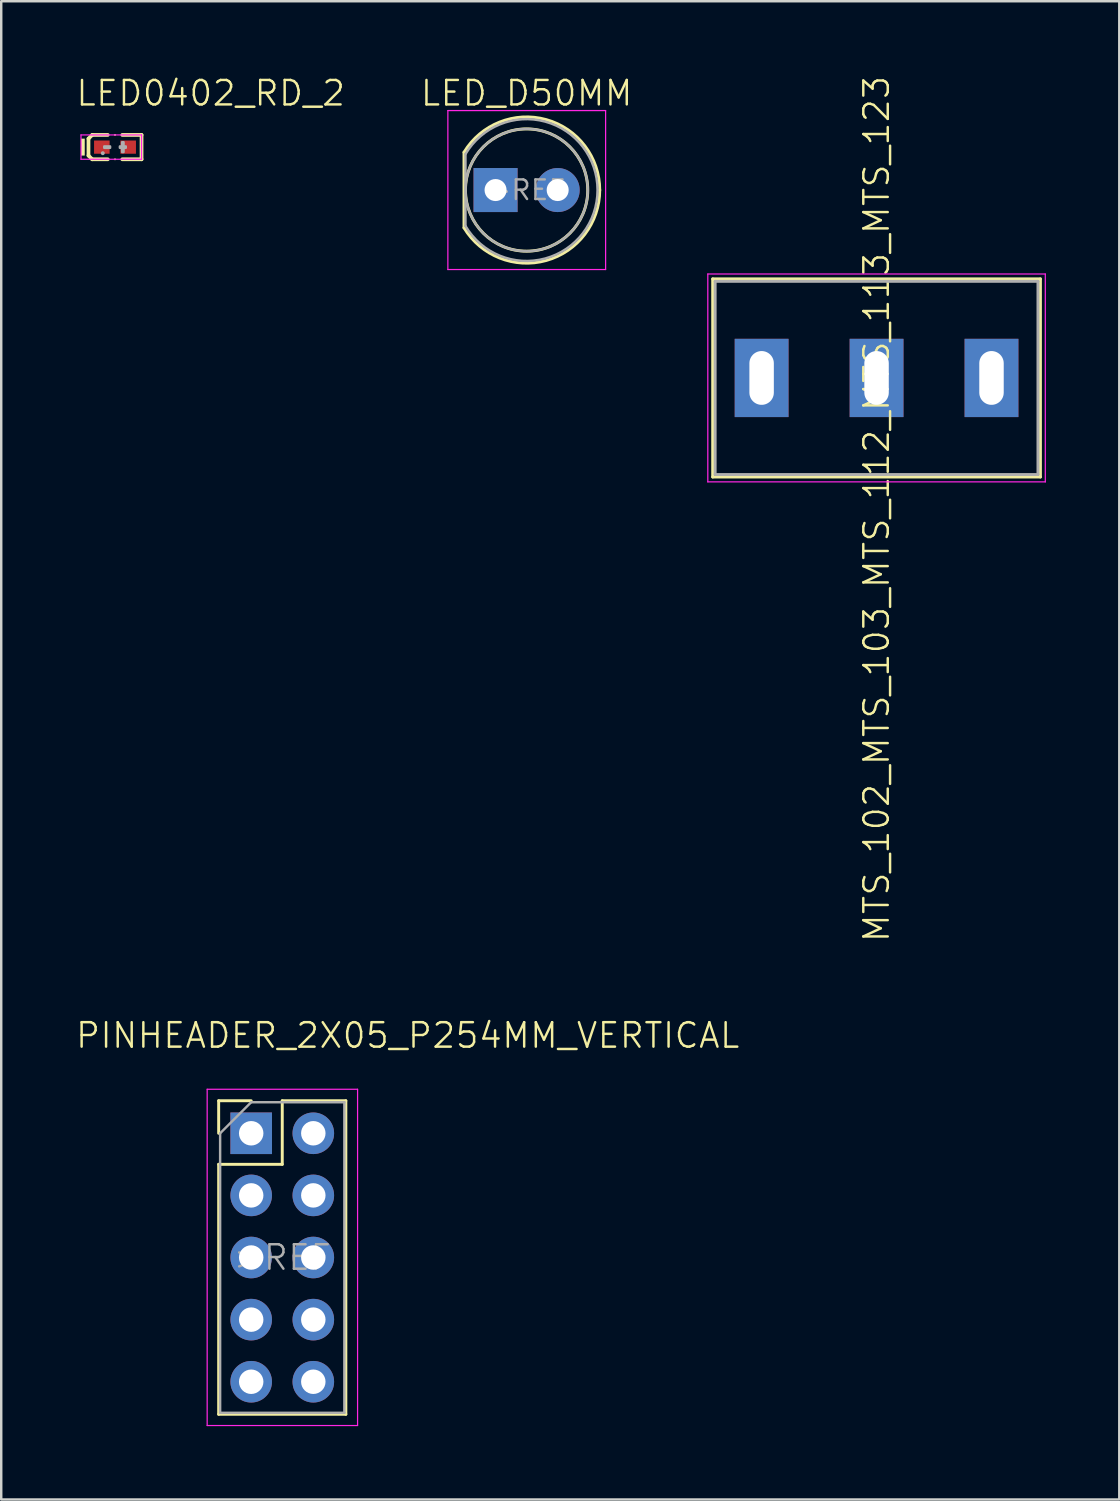
<source format=kicad_pcb>
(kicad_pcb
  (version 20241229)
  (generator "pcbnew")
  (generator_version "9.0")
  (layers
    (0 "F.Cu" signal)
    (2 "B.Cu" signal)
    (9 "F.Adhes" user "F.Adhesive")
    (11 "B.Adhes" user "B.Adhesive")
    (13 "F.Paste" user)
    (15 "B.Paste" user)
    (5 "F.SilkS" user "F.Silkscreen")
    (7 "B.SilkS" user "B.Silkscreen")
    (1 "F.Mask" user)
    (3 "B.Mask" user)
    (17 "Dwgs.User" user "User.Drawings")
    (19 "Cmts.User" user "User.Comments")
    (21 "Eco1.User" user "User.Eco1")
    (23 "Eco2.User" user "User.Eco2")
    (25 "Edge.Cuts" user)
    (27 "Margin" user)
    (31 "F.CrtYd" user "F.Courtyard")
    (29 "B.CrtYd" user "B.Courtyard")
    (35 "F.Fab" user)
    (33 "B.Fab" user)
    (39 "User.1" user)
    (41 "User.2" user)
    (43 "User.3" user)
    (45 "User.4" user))
  (footprint "MTS_102_MTS_103_MTS_112_MTS_113_MTS_123"
    (layer "F.Cu")
    (at 32.792 12.404)
    (property "Reference" "MTS_102_MTS_103_MTS_112_MTS_113_MTS_123" (at 0 5.36 90) (layer "F.SilkS") (effects (font (size 1 1) (thickness 0.1))))
    (fp_line (start -6.7 -4.05) (end 6.7 -4.05) (stroke (width 0.12) (type solid)) (layer "F.SilkS"))
    (fp_line (start -6.7 4.05) (end -6.7 -4.05) (stroke (width 0.12) (type solid)) (layer "F.SilkS"))
    (fp_line (start 6.7 -4.05) (end 6.7 4.05) (stroke (width 0.12) (type solid)) (layer "F.SilkS"))
    (fp_line (start 6.7 4.05) (end -6.7 4.05) (stroke (width 0.12) (type solid)) (layer "F.SilkS"))
    (fp_line (start -6.9 -4.25) (end 6.9 -4.25) (stroke (width 0.05) (type solid)) (layer "F.CrtYd"))
    (fp_line (start -6.9 4.25) (end -6.9 -4.25) (stroke (width 0.05) (type solid)) (layer "F.CrtYd"))
    (fp_line (start 6.9 -4.25) (end 6.9 4.25) (stroke (width 0.05) (type solid)) (layer "F.CrtYd"))
    (fp_line (start 6.9 4.25) (end -6.9 4.25) (stroke (width 0.05) (type solid)) (layer "F.CrtYd"))
    (fp_line (start -6.6 -3.95) (end 6.6 -3.95) (stroke (width 0.12) (type solid)) (layer "F.Fab"))
    (fp_line (start -6.6 3.95) (end -6.6 -3.95) (stroke (width 0.12) (type solid)) (layer "F.Fab"))
    (fp_line (start 6.6 -3.95) (end 6.6 3.95) (stroke (width 0.12) (type solid)) (layer "F.Fab"))
    (fp_line (start 6.6 3.95) (end -6.6 3.95) (stroke (width 0.12) (type solid)) (layer "F.Fab"))
    (pad "1" thru_hole rect (at -4.7 0) (size 2.2 3.2) (drill oval 1 2.2) (layers "*.Cu" "*.Mask"))
    (pad "2" thru_hole rect (at 0 0) (size 2.2 3.2) (drill oval 1 2.2) (layers "*.Cu" "*.Mask"))
    (pad "3" thru_hole rect (at 4.7 0) (size 2.2 3.2) (drill oval 1 2.2) (layers "*.Cu" "*.Mask")))
  (footprint "LED0402_RD_2"
    (layer "F.Cu")
    (at 1.5 2.965)
    (property "Reference" "LED0402_RD_2" (at -1.5 -2.204 0) (layer "F.SilkS") (effects (font (size 1 1) (thickness 0.1)) (justify left)))
    (fp_line (start -0.932 -0.346) (end -0.78 -0.498) (stroke (width 0.152) (type solid)) (layer "F.SilkS"))
    (fp_line (start -0.932 0.346) (end -0.932 -0.346) (stroke (width 0.152) (type solid)) (layer "F.SilkS"))
    (fp_line (start -0.78 -0.498) (end -0.143 -0.498) (stroke (width 0.152) (type solid)) (layer "F.SilkS"))
    (fp_line (start -0.78 0.498) (end -0.932 0.346) (stroke (width 0.152) (type solid)) (layer "F.SilkS"))
    (fp_line (start -0.143 0.498) (end -0.78 0.498) (stroke (width 0.152) (type solid)) (layer "F.SilkS"))
    (fp_line (start 0.449 0.498) (end 1.238 0.498) (stroke (width 0.152) (type solid)) (layer "F.SilkS"))
    (fp_line (start 1.238 -0.498) (end 0.449 -0.498) (stroke (width 0.152) (type solid)) (layer "F.SilkS"))
    (fp_line (start 1.238 0.498) (end 1.238 -0.498) (stroke (width 0.152) (type solid)) (layer "F.SilkS"))
    (fp_poly (pts (xy -1.085 0.346) (xy -1.085 -0.346) (xy -1.238 -0.346) (xy -1.238 0.346)) (stroke (width 0) (type solid)) (fill yes) (layer "F.SilkS"))
    (fp_poly (pts (xy 0.191 -0.498) (xy 0.19 -0.506) (xy 0.188 -0.513) (xy 0.184 -0.52) (xy 0.179 -0.525) (xy 0.174 -0.53) (xy 0.167 -0.534) (xy 0.16 -0.536) (xy 0.152 -0.536) (xy 0.145 -0.536) (xy 0.138 -0.534) (xy 0.131 -0.53) (xy 0.126 -0.525) (xy 0.121 -0.52) (xy 0.117 -0.513) (xy 0.115 -0.506) (xy 0.115 -0.498) (xy 0.115 -0.491) (xy 0.117 -0.484) (xy 0.121 -0.477) (xy 0.126 -0.472) (xy 0.131 -0.467) (xy 0.138 -0.463) (xy 0.145 -0.461) (xy 0.152 -0.461) (xy 0.16 -0.461) (xy 0.167 -0.463) (xy 0.174 -0.467) (xy 0.179 -0.472) (xy 0.184 -0.477) (xy 0.188 -0.484) (xy 0.19 -0.491)) (stroke (width 0) (type solid)) (fill yes) (layer "F.SilkS"))
    (fp_poly (pts (xy 0.191 0.498) (xy 0.19 0.491) (xy 0.188 0.484) (xy 0.184 0.477) (xy 0.179 0.472) (xy 0.174 0.467) (xy 0.167 0.463) (xy 0.16 0.461) (xy 0.152 0.461) (xy 0.145 0.461) (xy 0.138 0.463) (xy 0.131 0.467) (xy 0.126 0.472) (xy 0.121 0.477) (xy 0.117 0.484) (xy 0.115 0.491) (xy 0.115 0.498) (xy 0.115 0.506) (xy 0.117 0.513) (xy 0.121 0.52) (xy 0.126 0.525) (xy 0.131 0.53) (xy 0.138 0.534) (xy 0.145 0.536) (xy 0.152 0.536) (xy 0.16 0.536) (xy 0.167 0.534) (xy 0.174 0.53) (xy 0.179 0.525) (xy 0.184 0.52) (xy 0.188 0.513) (xy 0.19 0.506)) (stroke (width 0) (type solid)) (fill yes) (layer "F.SilkS"))
    (fp_poly (pts (xy -0.045 0.231) (xy -0.045 -0.23) (xy -0.086 -0.27) (xy -0.663 -0.27) (xy -0.704 -0.23) (xy -0.704 0.231) (xy -0.663 0.271) (xy -0.086 0.271)) (stroke (width 0) (type solid)) (fill yes) (layer "F.Paste"))
    (fp_poly (pts (xy 0.35 0.231) (xy 0.35 -0.23) (xy 0.391 -0.27) (xy 0.97 -0.27) (xy 1.01 -0.23) (xy 1.01 0.231) (xy 0.97 0.271) (xy 0.391 0.271)) (stroke (width 0) (type solid)) (fill yes) (layer "F.Paste"))
    (fp_line (start -1.238 -0.498) (end -1.238 0.498) (stroke (width 0.05) (type solid)) (layer "F.CrtYd"))
    (fp_line (start -1.238 0.498) (end 1.238 0.498) (stroke (width 0.05) (type solid)) (layer "F.CrtYd"))
    (fp_line (start 1.238 -0.498) (end -1.238 -0.498) (stroke (width 0.05) (type solid)) (layer "F.CrtYd"))
    (fp_line (start 1.238 0.498) (end 1.238 -0.498) (stroke (width 0.05) (type solid)) (layer "F.CrtYd"))
    (fp_poly (pts (xy -0.287 0.03) (xy -0.287 -0.029) (xy -0.048 -0.029) (xy -0.048 0.03)) (stroke (width 0.1) (type solid)) (fill no) (layer "F.Fab"))
    (fp_poly (pts (xy 0.502 0.201) (xy 0.502 -0.2) (xy 0.443 -0.2) (xy 0.443 0.201)) (stroke (width 0.1) (type solid)) (fill no) (layer "F.Fab"))
    (fp_poly (pts (xy 0.593 0.03) (xy 0.593 -0.029) (xy 0.352 -0.029) (xy 0.352 0.03)) (stroke (width 0.1) (type solid)) (fill no) (layer "F.Fab"))
    (fp_poly (pts (xy -0.318 0.249) (xy -0.318 0.244) (xy -0.32 0.238) (xy -0.323 0.233) (xy -0.326 0.228) (xy -0.331 0.225) (xy -0.336 0.222) (xy -0.342 0.22) (xy -0.347 0.22) (xy -0.353 0.22) (xy -0.359 0.222) (xy -0.364 0.225) (xy -0.369 0.228) (xy -0.372 0.233) (xy -0.375 0.238) (xy -0.377 0.244) (xy -0.378 0.249) (xy -0.377 0.255) (xy -0.375 0.261) (xy -0.372 0.266) (xy -0.369 0.271) (xy -0.364 0.274) (xy -0.359 0.277) (xy -0.353 0.279) (xy -0.347 0.28) (xy -0.342 0.279) (xy -0.336 0.277) (xy -0.331 0.274) (xy -0.326 0.271) (xy -0.323 0.266) (xy -0.32 0.261) (xy -0.318 0.255)) (stroke (width 0.1) (type solid)) (fill no) (layer "F.Fab"))
    (pad "1" smd rect (at -0.386 0.001) (size 0.636 0.54) (layers "F.Cu" "F.Mask"))
    (pad "2" smd rect (at 0.691 0.001) (size 0.636 0.54) (layers "F.Cu" "F.Mask")))
  (footprint "LED_D50MM"
    (layer "F.Cu")
    (at 17.213 4.721)
    (property "Reference" "LED_D50MM" (at 1.27 -3.96 0) (layer "F.SilkS") (effects (font (size 1 1) (thickness 0.1))))
    (fp_line (start -1.29 -1.545) (end -1.29 1.545) (stroke (width 0.12) (type solid)) (layer "F.SilkS"))
    (fp_arc (start -1.29 -1.54483) (mid 2.072002 -2.880433) (end 4.26 0.000462) (stroke (width 0.12) (type solid)) (layer "F.SilkS"))
    (fp_arc (start 3.77 0) (mid -1.23 0) (end 3.77 0) (stroke (width 0.12) (type solid)) (layer "F.SilkS"))
    (fp_arc (start 4.26 -0.000462) (mid 2.072002 2.880433) (end -1.29 1.54483) (stroke (width 0.12) (type solid)) (layer "F.SilkS"))
    (fp_line (start -1.95 -3.25) (end -1.95 3.25) (stroke (width 0.05) (type solid)) (layer "F.CrtYd"))
    (fp_line (start -1.95 3.25) (end 4.5 3.25) (stroke (width 0.05) (type solid)) (layer "F.CrtYd"))
    (fp_line (start 4.5 -3.25) (end -1.95 -3.25) (stroke (width 0.05) (type solid)) (layer "F.CrtYd"))
    (fp_line (start 4.5 3.25) (end 4.5 -3.25) (stroke (width 0.05) (type solid)) (layer "F.CrtYd"))
    (fp_line (start -1.23 -1.47) (end -1.23 1.47) (stroke (width 0.1) (type solid)) (layer "F.Fab"))
    (fp_arc (start -1.23 -1.469694) (mid 4.17 0.000016) (end -1.230016 1.469666) (stroke (width 0.1) (type solid)) (layer "F.Fab"))
    (fp_arc (start 3.77 0) (mid -1.23 0) (end 3.77 0) (stroke (width 0.1) (type solid)) (layer "F.Fab"))
    (fp_text user ">REF" (at 1.25 0 0) (layer "F.Fab") (effects (font (size 0.8 0.8) (thickness 0.1))))
    (pad "1" thru_hole rect (at 0 0) (size 1.8 1.8) (drill 0.9) (layers "*.Cu" "*.Mask"))
    (pad "2" thru_hole circle (at 2.54 0) (size 1.8 1.8) (drill 0.9) (layers "*.Cu" "*.Mask")))
  (footprint "PINHEADER_2X05_P254MM_VERTICAL"
    (layer "F.Cu")
    (at 7.221 43.289)
    (property "Reference" "PINHEADER_2X05_P254MM_VERTICAL" (at 6.4 -4 0) (layer "F.SilkS") (effects (font (size 1 1) (thickness 0.1))))
    (fp_line (start -1.33 -1.33) (end 0 -1.33) (stroke (width 0.12) (type solid)) (layer "F.SilkS"))
    (fp_line (start -1.33 0) (end -1.33 -1.33) (stroke (width 0.12) (type solid)) (layer "F.SilkS"))
    (fp_line (start -1.33 1.27) (end -1.33 11.49) (stroke (width 0.12) (type solid)) (layer "F.SilkS"))
    (fp_line (start -1.33 1.27) (end 1.27 1.27) (stroke (width 0.12) (type solid)) (layer "F.SilkS"))
    (fp_line (start -1.33 11.49) (end 3.87 11.49) (stroke (width 0.12) (type solid)) (layer "F.SilkS"))
    (fp_line (start 1.27 -1.33) (end 3.87 -1.33) (stroke (width 0.12) (type solid)) (layer "F.SilkS"))
    (fp_line (start 1.27 1.27) (end 1.27 -1.33) (stroke (width 0.12) (type solid)) (layer "F.SilkS"))
    (fp_line (start 3.87 -1.33) (end 3.87 11.49) (stroke (width 0.12) (type solid)) (layer "F.SilkS"))
    (fp_line (start -1.8 -1.8) (end -1.8 11.95) (stroke (width 0.05) (type solid)) (layer "F.CrtYd"))
    (fp_line (start -1.8 11.95) (end 4.35 11.95) (stroke (width 0.05) (type solid)) (layer "F.CrtYd"))
    (fp_line (start 4.35 -1.8) (end -1.8 -1.8) (stroke (width 0.05) (type solid)) (layer "F.CrtYd"))
    (fp_line (start 4.35 11.95) (end 4.35 -1.8) (stroke (width 0.05) (type solid)) (layer "F.CrtYd"))
    (fp_line (start -1.27 0) (end 0 -1.27) (stroke (width 0.1) (type solid)) (layer "F.Fab"))
    (fp_line (start -1.27 11.43) (end -1.27 0) (stroke (width 0.1) (type solid)) (layer "F.Fab"))
    (fp_line (start 0 -1.27) (end 3.81 -1.27) (stroke (width 0.1) (type solid)) (layer "F.Fab"))
    (fp_line (start 3.81 -1.27) (end 3.81 11.43) (stroke (width 0.1) (type solid)) (layer "F.Fab"))
    (fp_line (start 3.81 11.43) (end -1.27 11.43) (stroke (width 0.1) (type solid)) (layer "F.Fab"))
    (fp_text user ">REF" (at 1.27 5.08 0) (layer "F.Fab") (effects (font (size 1 1) (thickness 0.1))))
    (pad "1" thru_hole rect (at 0 0) (size 1.7 1.7) (drill 1) (layers "*.Cu" "*.Mask"))
    (pad "2" thru_hole oval (at 2.54 0) (size 1.7 1.7) (drill 1) (layers "*.Cu" "*.Mask"))
    (pad "3" thru_hole oval (at 0 2.54) (size 1.7 1.7) (drill 1) (layers "*.Cu" "*.Mask"))
    (pad "4" thru_hole oval (at 2.54 2.54) (size 1.7 1.7) (drill 1) (layers "*.Cu" "*.Mask"))
    (pad "5" thru_hole oval (at 0 5.08) (size 1.7 1.7) (drill 1) (layers "*.Cu" "*.Mask"))
    (pad "6" thru_hole oval (at 2.54 5.08) (size 1.7 1.7) (drill 1) (layers "*.Cu" "*.Mask"))
    (pad "7" thru_hole oval (at 0 7.62) (size 1.7 1.7) (drill 1) (layers "*.Cu" "*.Mask"))
    (pad "8" thru_hole oval (at 2.54 7.62) (size 1.7 1.7) (drill 1) (layers "*.Cu" "*.Mask"))
    (pad "9" thru_hole oval (at 0 10.16) (size 1.7 1.7) (drill 1) (layers "*.Cu" "*.Mask"))
    (pad "10" thru_hole oval (at 2.54 10.16) (size 1.7 1.7) (drill 1) (layers "*.Cu" "*.Mask")))
  (gr_rect
    (start -3 -3)
    (end 42.717 58.264)
    (stroke (width 0.1) (type default))
    (fill no)
    (layer "Edge.Cuts")))
</source>
